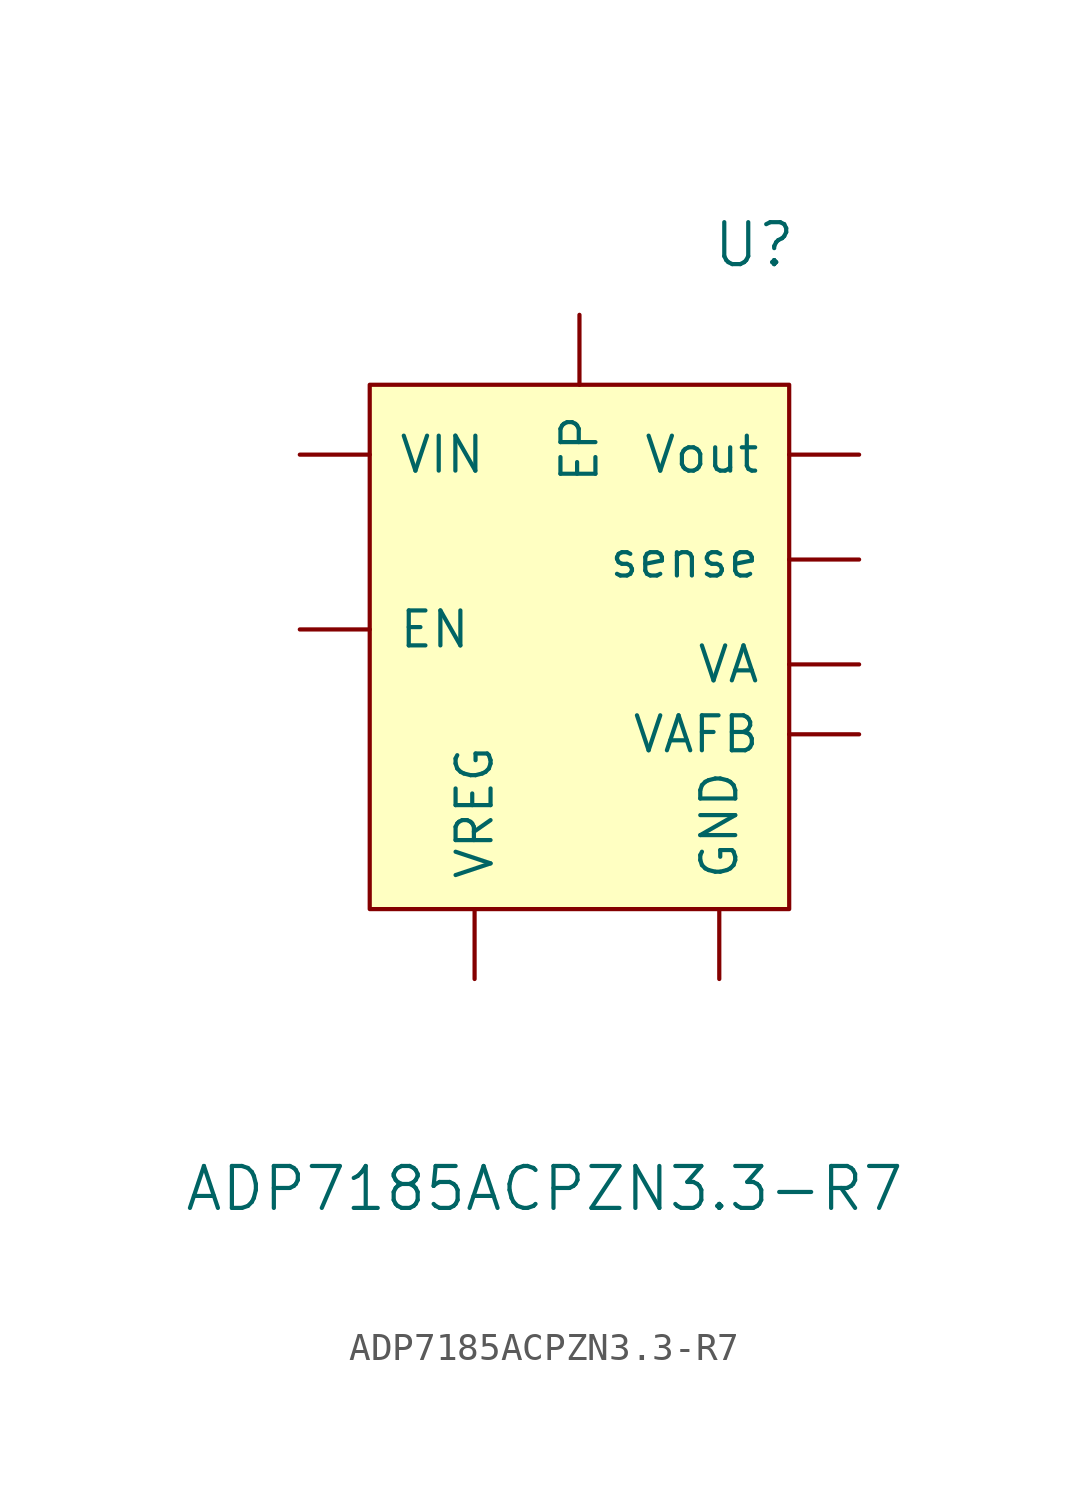
<source format=kicad_sym>
(kicad_symbol_lib
  (version 20241209)
  (generator "kicad_symbol_editor")
  (generator_version "9.0")
  (symbol "ADP7185ACPZN3.3-R7"
    (pin_numbers
      (hide yes))
    (pin_names
      (offset 1.016))
    (property "Reference" "U"
      (at 6.35 12.7 0)
      (effects (font (size 1.524 1.524))))
    (property "Value" "ADP7185ACPZN3.3-R7"
      (at -1.27 -21.59 0)
      (effects (font (size 1.524 1.524))))
    (symbol "ADP7185ACPZN3.3-R7_0_1"
      (rectangle (start -7.62 7.62) (end 7.62 -11.43) (stroke (width 0) (type default)) (fill (type background))))
    (symbol "ADP7185ACPZN3.3-R7_1_1"
      (pin output line (at -10.16 5.08 0) (length 2.54) (name "VIN" (effects (font (size 1.27 1.27)))) (number "8" (effects (font (size 1.27 1.27)))))
      (pin output line (at -10.16 -1.27 0) (length 2.54) (name "EN" (effects (font (size 1.27 1.27)))) (number "5" (effects (font (size 1.27 1.27)))))
      (pin output line (at -3.81 -13.97 90) (length 2.54) (name "VREG" (effects (font (size 1.27 1.27)))) (number "7" (effects (font (size 1.27 1.27)))))
      (pin input line (at 0 10.16 270) (length 2.54) (name "EP" (effects (font (size 1.27 1.27)))) (number "9" (effects (font (size 1.27 1.27)))))
      (pin output line (at 5.08 -13.97 90) (length 2.54) (name "GND" (effects (font (size 1.27 1.27)))) (number "6" (effects (font (size 1.27 1.27)))))
      (pin output line (at 10.16 5.08 180) (length 2.54) (name "Vout" (effects (font (size 1.27 1.27)))) (number "1" (effects (font (size 1.27 1.27)))))
      (pin input line (at 10.16 1.27 180) (length 2.54) (name "sense" (effects (font (size 1.27 1.27)))) (number "2" (effects (font (size 1.27 1.27)))))
      (pin input line (at 10.16 -2.54 180) (length 2.54) (name "VA" (effects (font (size 1.27 1.27)))) (number "3" (effects (font (size 1.27 1.27)))))
      (pin output line (at 10.16 -5.08 180) (length 2.54) (name "VAFB" (effects (font (size 1.27 1.27)))) (number "4" (effects (font (size 1.27 1.27))))))))
</source>
